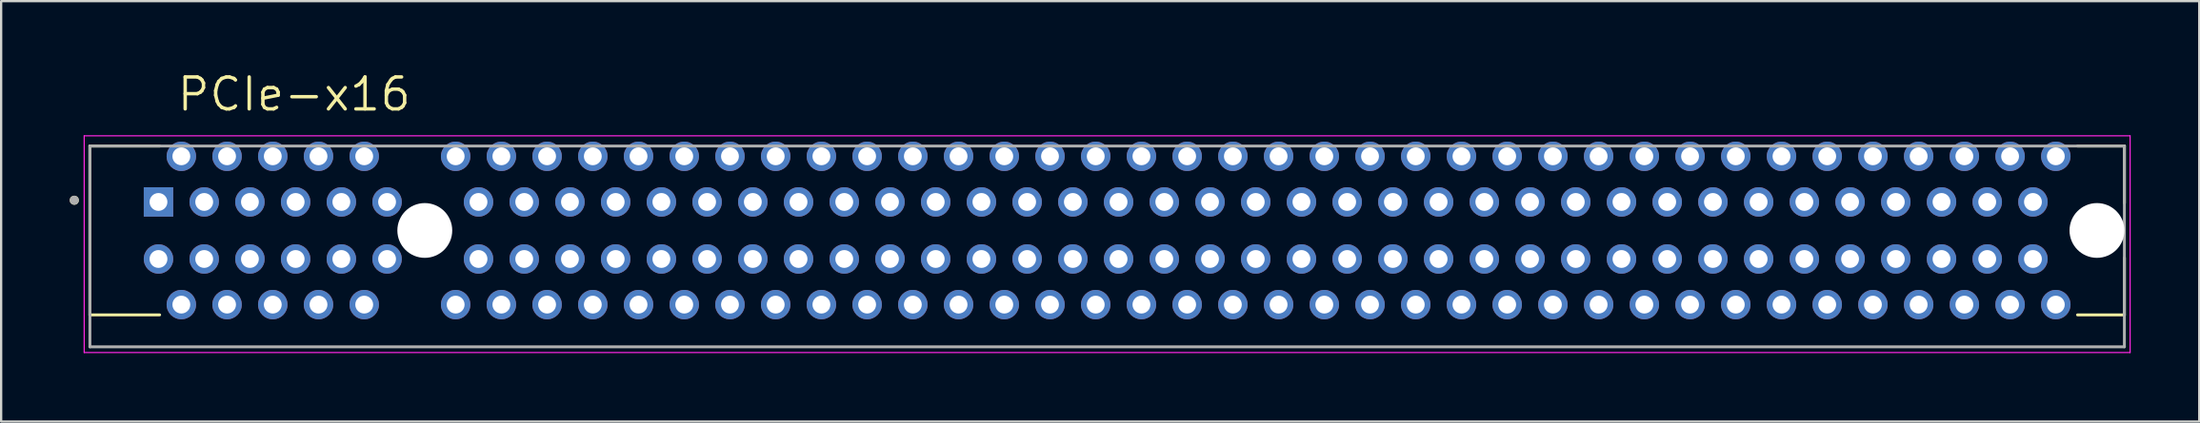
<source format=kicad_pcb>
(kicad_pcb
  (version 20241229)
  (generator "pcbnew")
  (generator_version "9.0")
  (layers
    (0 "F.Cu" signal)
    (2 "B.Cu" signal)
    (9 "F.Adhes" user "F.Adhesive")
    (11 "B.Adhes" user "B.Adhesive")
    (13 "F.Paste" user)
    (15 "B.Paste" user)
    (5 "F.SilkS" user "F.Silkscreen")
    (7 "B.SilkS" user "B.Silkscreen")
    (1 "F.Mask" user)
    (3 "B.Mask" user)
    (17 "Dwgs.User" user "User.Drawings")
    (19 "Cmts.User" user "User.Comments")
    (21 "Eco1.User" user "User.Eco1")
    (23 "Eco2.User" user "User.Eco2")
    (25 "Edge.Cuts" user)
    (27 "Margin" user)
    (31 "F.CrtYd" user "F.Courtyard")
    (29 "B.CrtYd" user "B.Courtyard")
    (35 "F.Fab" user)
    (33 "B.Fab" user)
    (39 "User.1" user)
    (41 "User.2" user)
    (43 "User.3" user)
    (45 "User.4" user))
  (footprint "PCIe-x16"
    (layer "F.Cu")
    (at 45.383 7.051)
    (property "Reference" "PCIe-x16" (at -35.565 -5.969 0) (layer "F.SilkS") (effects (font (size 1.4 1.4) (thickness 0.15))))
    (attr through_hole)
    (fp_line (start -44.5 -3.7) (end -44.5 3.7) (stroke (width 0.127) (type solid)) (layer "F.SilkS"))
    (fp_line (start -44.5 -3.7) (end -41.45 -3.7) (stroke (width 0.127) (type solid)) (layer "F.SilkS"))
    (fp_line (start -44.5 3.7) (end -41.45 3.7) (stroke (width 0.127) (type solid)) (layer "F.SilkS"))
    (fp_line (start 44.5 -3.7) (end 42.45 -3.7) (stroke (width 0.127) (type solid)) (layer "F.SilkS"))
    (fp_line (start 44.5 -3.7) (end 44.5 -1.2) (stroke (width 0.127) (type solid)) (layer "F.SilkS"))
    (fp_line (start 44.5 3.7) (end 42.45 3.7) (stroke (width 0.127) (type solid)) (layer "F.SilkS"))
    (fp_line (start 44.5 3.7) (end 44.5 1.2) (stroke (width 0.127) (type solid)) (layer "F.SilkS"))
    (fp_circle (center -45.183 -1.325) (end -45.083 -1.325) (stroke (width 0.2) (type solid)) (fill no) (layer "F.SilkS"))
    (fp_line (start -44.75 -4.15) (end 44.75 -4.15) (stroke (width 0.05) (type solid)) (layer "F.CrtYd"))
    (fp_line (start -44.75 5.35) (end -44.75 -4.15) (stroke (width 0.05) (type solid)) (layer "F.CrtYd"))
    (fp_line (start 44.75 -4.15) (end 44.75 5.35) (stroke (width 0.05) (type solid)) (layer "F.CrtYd"))
    (fp_line (start 44.75 5.35) (end -44.75 5.35) (stroke (width 0.05) (type solid)) (layer "F.CrtYd"))
    (fp_line (start -44.5 -3.7) (end -44.5 5.1) (stroke (width 0.127) (type solid)) (layer "F.Fab"))
    (fp_line (start -44.5 -3.7) (end 44.5 -3.7) (stroke (width 0.127) (type solid)) (layer "F.Fab"))
    (fp_line (start -44.5 5.1) (end 44.5 5.1) (stroke (width 0.127) (type solid)) (layer "F.Fab"))
    (fp_line (start 44.5 5.1) (end 44.5 -3.7) (stroke (width 0.127) (type solid)) (layer "F.Fab"))
    (fp_circle (center -45.183 -1.325) (end -45.083 -1.325) (stroke (width 0.2) (type solid)) (fill no) (layer "F.Fab"))
    (pad "" np_thru_hole circle (at -29.85 0) (size 2.4 2.4) (drill 2.4) (layers "*.Cu" "*.Mask"))
    (pad "" np_thru_hole circle (at 43.3 0) (size 2.4 2.4) (drill 2.4) (layers "*.Cu" "*.Mask"))
    (pad "A1" thru_hole rect (at -41.5 -1.25) (size 1.288 1.288) (drill 0.78) (layers "*.Cu" "*.Mask"))
    (pad "A2" thru_hole circle (at -40.5 -3.25) (size 1.288 1.288) (drill 0.78) (layers "*.Cu" "*.Mask"))
    (pad "A3" thru_hole circle (at -39.5 -1.25) (size 1.288 1.288) (drill 0.78) (layers "*.Cu" "*.Mask"))
    (pad "A4" thru_hole circle (at -38.5 -3.25) (size 1.288 1.288) (drill 0.78) (layers "*.Cu" "*.Mask"))
    (pad "A5" thru_hole circle (at -37.5 -1.25) (size 1.288 1.288) (drill 0.78) (layers "*.Cu" "*.Mask"))
    (pad "A6" thru_hole circle (at -36.5 -3.25) (size 1.288 1.288) (drill 0.78) (layers "*.Cu" "*.Mask"))
    (pad "A7" thru_hole circle (at -35.5 -1.25) (size 1.288 1.288) (drill 0.78) (layers "*.Cu" "*.Mask"))
    (pad "A8" thru_hole circle (at -34.5 -3.25) (size 1.288 1.288) (drill 0.78) (layers "*.Cu" "*.Mask"))
    (pad "A9" thru_hole circle (at -33.5 -1.25) (size 1.288 1.288) (drill 0.78) (layers "*.Cu" "*.Mask"))
    (pad "A10" thru_hole circle (at -32.5 -3.25) (size 1.288 1.288) (drill 0.78) (layers "*.Cu" "*.Mask"))
    (pad "A11" thru_hole circle (at -31.5 -1.25) (size 1.288 1.288) (drill 0.78) (layers "*.Cu" "*.Mask"))
    (pad "A12" thru_hole circle (at -28.5 -3.25) (size 1.288 1.288) (drill 0.78) (layers "*.Cu" "*.Mask"))
    (pad "A13" thru_hole circle (at -27.5 -1.25) (size 1.288 1.288) (drill 0.78) (layers "*.Cu" "*.Mask"))
    (pad "A14" thru_hole circle (at -26.5 -3.25) (size 1.288 1.288) (drill 0.78) (layers "*.Cu" "*.Mask"))
    (pad "A15" thru_hole circle (at -25.5 -1.25) (size 1.288 1.288) (drill 0.78) (layers "*.Cu" "*.Mask"))
    (pad "A16" thru_hole circle (at -24.5 -3.25) (size 1.288 1.288) (drill 0.78) (layers "*.Cu" "*.Mask"))
    (pad "A17" thru_hole circle (at -23.5 -1.25) (size 1.288 1.288) (drill 0.78) (layers "*.Cu" "*.Mask"))
    (pad "A18" thru_hole circle (at -22.5 -3.25) (size 1.288 1.288) (drill 0.78) (layers "*.Cu" "*.Mask"))
    (pad "A19" thru_hole circle (at -21.5 -1.25) (size 1.288 1.288) (drill 0.78) (layers "*.Cu" "*.Mask"))
    (pad "A20" thru_hole circle (at -20.5 -3.25) (size 1.288 1.288) (drill 0.78) (layers "*.Cu" "*.Mask"))
    (pad "A21" thru_hole circle (at -19.5 -1.25) (size 1.288 1.288) (drill 0.78) (layers "*.Cu" "*.Mask"))
    (pad "A22" thru_hole circle (at -18.5 -3.25) (size 1.288 1.288) (drill 0.78) (layers "*.Cu" "*.Mask"))
    (pad "A23" thru_hole circle (at -17.5 -1.25) (size 1.288 1.288) (drill 0.78) (layers "*.Cu" "*.Mask"))
    (pad "A24" thru_hole circle (at -16.5 -3.25) (size 1.288 1.288) (drill 0.78) (layers "*.Cu" "*.Mask"))
    (pad "A25" thru_hole circle (at -15.5 -1.25) (size 1.288 1.288) (drill 0.78) (layers "*.Cu" "*.Mask"))
    (pad "A26" thru_hole circle (at -14.5 -3.25) (size 1.288 1.288) (drill 0.78) (layers "*.Cu" "*.Mask"))
    (pad "A27" thru_hole circle (at -13.5 -1.25) (size 1.288 1.288) (drill 0.78) (layers "*.Cu" "*.Mask"))
    (pad "A28" thru_hole circle (at -12.5 -3.25) (size 1.288 1.288) (drill 0.78) (layers "*.Cu" "*.Mask"))
    (pad "A29" thru_hole circle (at -11.5 -1.25) (size 1.288 1.288) (drill 0.78) (layers "*.Cu" "*.Mask"))
    (pad "A30" thru_hole circle (at -10.5 -3.25) (size 1.288 1.288) (drill 0.78) (layers "*.Cu" "*.Mask"))
    (pad "A31" thru_hole circle (at -9.5 -1.25) (size 1.288 1.288) (drill 0.78) (layers "*.Cu" "*.Mask"))
    (pad "A32" thru_hole circle (at -8.5 -3.25) (size 1.288 1.288) (drill 0.78) (layers "*.Cu" "*.Mask"))
    (pad "A33" thru_hole circle (at -7.5 -1.25) (size 1.288 1.288) (drill 0.78) (layers "*.Cu" "*.Mask"))
    (pad "A34" thru_hole circle (at -6.5 -3.25) (size 1.288 1.288) (drill 0.78) (layers "*.Cu" "*.Mask"))
    (pad "A35" thru_hole circle (at -5.5 -1.25) (size 1.288 1.288) (drill 0.78) (layers "*.Cu" "*.Mask"))
    (pad "A36" thru_hole circle (at -4.5 -3.25) (size 1.288 1.288) (drill 0.78) (layers "*.Cu" "*.Mask"))
    (pad "A37" thru_hole circle (at -3.5 -1.25) (size 1.288 1.288) (drill 0.78) (layers "*.Cu" "*.Mask"))
    (pad "A38" thru_hole circle (at -2.5 -3.25) (size 1.288 1.288) (drill 0.78) (layers "*.Cu" "*.Mask"))
    (pad "A39" thru_hole circle (at -1.5 -1.25) (size 1.288 1.288) (drill 0.78) (layers "*.Cu" "*.Mask"))
    (pad "A40" thru_hole circle (at -0.5 -3.25) (size 1.288 1.288) (drill 0.78) (layers "*.Cu" "*.Mask"))
    (pad "A41" thru_hole circle (at 0.5 -1.25) (size 1.288 1.288) (drill 0.78) (layers "*.Cu" "*.Mask"))
    (pad "A42" thru_hole circle (at 1.5 -3.25) (size 1.288 1.288) (drill 0.78) (layers "*.Cu" "*.Mask"))
    (pad "A43" thru_hole circle (at 2.5 -1.25) (size 1.288 1.288) (drill 0.78) (layers "*.Cu" "*.Mask"))
    (pad "A44" thru_hole circle (at 3.5 -3.25) (size 1.288 1.288) (drill 0.78) (layers "*.Cu" "*.Mask"))
    (pad "A45" thru_hole circle (at 4.5 -1.25) (size 1.288 1.288) (drill 0.78) (layers "*.Cu" "*.Mask"))
    (pad "A46" thru_hole circle (at 5.5 -3.25) (size 1.288 1.288) (drill 0.78) (layers "*.Cu" "*.Mask"))
    (pad "A47" thru_hole circle (at 6.5 -1.25) (size 1.288 1.288) (drill 0.78) (layers "*.Cu" "*.Mask"))
    (pad "A48" thru_hole circle (at 7.5 -3.25) (size 1.288 1.288) (drill 0.78) (layers "*.Cu" "*.Mask"))
    (pad "A49" thru_hole circle (at 8.5 -1.25) (size 1.288 1.288) (drill 0.78) (layers "*.Cu" "*.Mask"))
    (pad "A50" thru_hole circle (at 9.5 -3.25) (size 1.288 1.288) (drill 0.78) (layers "*.Cu" "*.Mask"))
    (pad "A51" thru_hole circle (at 10.5 -1.25) (size 1.288 1.288) (drill 0.78) (layers "*.Cu" "*.Mask"))
    (pad "A52" thru_hole circle (at 11.5 -3.25) (size 1.288 1.288) (drill 0.78) (layers "*.Cu" "*.Mask"))
    (pad "A53" thru_hole circle (at 12.5 -1.25) (size 1.288 1.288) (drill 0.78) (layers "*.Cu" "*.Mask"))
    (pad "A54" thru_hole circle (at 13.5 -3.25) (size 1.288 1.288) (drill 0.78) (layers "*.Cu" "*.Mask"))
    (pad "A55" thru_hole circle (at 14.5 -1.25) (size 1.288 1.288) (drill 0.78) (layers "*.Cu" "*.Mask"))
    (pad "A56" thru_hole circle (at 15.5 -3.25) (size 1.288 1.288) (drill 0.78) (layers "*.Cu" "*.Mask"))
    (pad "A57" thru_hole circle (at 16.5 -1.25) (size 1.288 1.288) (drill 0.78) (layers "*.Cu" "*.Mask"))
    (pad "A58" thru_hole circle (at 17.5 -3.25) (size 1.288 1.288) (drill 0.78) (layers "*.Cu" "*.Mask"))
    (pad "A59" thru_hole circle (at 18.5 -1.25) (size 1.288 1.288) (drill 0.78) (layers "*.Cu" "*.Mask"))
    (pad "A60" thru_hole circle (at 19.5 -3.25) (size 1.288 1.288) (drill 0.78) (layers "*.Cu" "*.Mask"))
    (pad "A61" thru_hole circle (at 20.5 -1.25) (size 1.288 1.288) (drill 0.78) (layers "*.Cu" "*.Mask"))
    (pad "A62" thru_hole circle (at 21.5 -3.25) (size 1.288 1.288) (drill 0.78) (layers "*.Cu" "*.Mask"))
    (pad "A63" thru_hole circle (at 22.5 -1.25) (size 1.288 1.288) (drill 0.78) (layers "*.Cu" "*.Mask"))
    (pad "A64" thru_hole circle (at 23.5 -3.25) (size 1.288 1.288) (drill 0.78) (layers "*.Cu" "*.Mask"))
    (pad "A65" thru_hole circle (at 24.5 -1.25) (size 1.288 1.288) (drill 0.78) (layers "*.Cu" "*.Mask"))
    (pad "A66" thru_hole circle (at 25.5 -3.25) (size 1.288 1.288) (drill 0.78) (layers "*.Cu" "*.Mask"))
    (pad "A67" thru_hole circle (at 26.5 -1.25) (size 1.288 1.288) (drill 0.78) (layers "*.Cu" "*.Mask"))
    (pad "A68" thru_hole circle (at 27.5 -3.25) (size 1.288 1.288) (drill 0.78) (layers "*.Cu" "*.Mask"))
    (pad "A69" thru_hole circle (at 28.5 -1.25) (size 1.288 1.288) (drill 0.78) (layers "*.Cu" "*.Mask"))
    (pad "A70" thru_hole circle (at 29.5 -3.25) (size 1.288 1.288) (drill 0.78) (layers "*.Cu" "*.Mask"))
    (pad "A71" thru_hole circle (at 30.5 -1.25) (size 1.288 1.288) (drill 0.78) (layers "*.Cu" "*.Mask"))
    (pad "A72" thru_hole circle (at 31.5 -3.25) (size 1.288 1.288) (drill 0.78) (layers "*.Cu" "*.Mask"))
    (pad "A73" thru_hole circle (at 32.5 -1.25) (size 1.288 1.288) (drill 0.78) (layers "*.Cu" "*.Mask"))
    (pad "A74" thru_hole circle (at 33.5 -3.25) (size 1.288 1.288) (drill 0.78) (layers "*.Cu" "*.Mask"))
    (pad "A75" thru_hole circle (at 34.5 -1.25) (size 1.288 1.288) (drill 0.78) (layers "*.Cu" "*.Mask"))
    (pad "A76" thru_hole circle (at 35.5 -3.25) (size 1.288 1.288) (drill 0.78) (layers "*.Cu" "*.Mask"))
    (pad "A77" thru_hole circle (at 36.5 -1.25) (size 1.288 1.288) (drill 0.78) (layers "*.Cu" "*.Mask"))
    (pad "A78" thru_hole circle (at 37.5 -3.25) (size 1.288 1.288) (drill 0.78) (layers "*.Cu" "*.Mask"))
    (pad "A79" thru_hole circle (at 38.5 -1.25) (size 1.288 1.288) (drill 0.78) (layers "*.Cu" "*.Mask"))
    (pad "A80" thru_hole circle (at 39.5 -3.25) (size 1.288 1.288) (drill 0.78) (layers "*.Cu" "*.Mask"))
    (pad "A81" thru_hole circle (at 40.5 -1.25) (size 1.288 1.288) (drill 0.78) (layers "*.Cu" "*.Mask"))
    (pad "A82" thru_hole circle (at 41.5 -3.25) (size 1.288 1.288) (drill 0.78) (layers "*.Cu" "*.Mask"))
    (pad "B1" thru_hole circle (at -41.5 1.25) (size 1.288 1.288) (drill 0.78) (layers "*.Cu" "*.Mask"))
    (pad "B2" thru_hole circle (at -40.5 3.25) (size 1.288 1.288) (drill 0.78) (layers "*.Cu" "*.Mask"))
    (pad "B3" thru_hole circle (at -39.5 1.25) (size 1.288 1.288) (drill 0.78) (layers "*.Cu" "*.Mask"))
    (pad "B4" thru_hole circle (at -38.5 3.25) (size 1.288 1.288) (drill 0.78) (layers "*.Cu" "*.Mask"))
    (pad "B5" thru_hole circle (at -37.5 1.25) (size 1.288 1.288) (drill 0.78) (layers "*.Cu" "*.Mask"))
    (pad "B6" thru_hole circle (at -36.5 3.25) (size 1.288 1.288) (drill 0.78) (layers "*.Cu" "*.Mask"))
    (pad "B7" thru_hole circle (at -35.5 1.25) (size 1.288 1.288) (drill 0.78) (layers "*.Cu" "*.Mask"))
    (pad "B8" thru_hole circle (at -34.5 3.25) (size 1.288 1.288) (drill 0.78) (layers "*.Cu" "*.Mask"))
    (pad "B9" thru_hole circle (at -33.5 1.25) (size 1.288 1.288) (drill 0.78) (layers "*.Cu" "*.Mask"))
    (pad "B10" thru_hole circle (at -32.5 3.25) (size 1.288 1.288) (drill 0.78) (layers "*.Cu" "*.Mask"))
    (pad "B11" thru_hole circle (at -31.5 1.25) (size 1.288 1.288) (drill 0.78) (layers "*.Cu" "*.Mask"))
    (pad "B12" thru_hole circle (at -28.5 3.25) (size 1.288 1.288) (drill 0.78) (layers "*.Cu" "*.Mask"))
    (pad "B13" thru_hole circle (at -27.5 1.25) (size 1.288 1.288) (drill 0.78) (layers "*.Cu" "*.Mask"))
    (pad "B14" thru_hole circle (at -26.5 3.25) (size 1.288 1.288) (drill 0.78) (layers "*.Cu" "*.Mask"))
    (pad "B15" thru_hole circle (at -25.5 1.25) (size 1.288 1.288) (drill 0.78) (layers "*.Cu" "*.Mask"))
    (pad "B16" thru_hole circle (at -24.5 3.25) (size 1.288 1.288) (drill 0.78) (layers "*.Cu" "*.Mask"))
    (pad "B17" thru_hole circle (at -23.5 1.25) (size 1.288 1.288) (drill 0.78) (layers "*.Cu" "*.Mask"))
    (pad "B18" thru_hole circle (at -22.5 3.25) (size 1.288 1.288) (drill 0.78) (layers "*.Cu" "*.Mask"))
    (pad "B19" thru_hole circle (at -21.5 1.25) (size 1.288 1.288) (drill 0.78) (layers "*.Cu" "*.Mask"))
    (pad "B20" thru_hole circle (at -20.5 3.25) (size 1.288 1.288) (drill 0.78) (layers "*.Cu" "*.Mask"))
    (pad "B21" thru_hole circle (at -19.5 1.25) (size 1.288 1.288) (drill 0.78) (layers "*.Cu" "*.Mask"))
    (pad "B22" thru_hole circle (at -18.5 3.25) (size 1.288 1.288) (drill 0.78) (layers "*.Cu" "*.Mask"))
    (pad "B23" thru_hole circle (at -17.5 1.25) (size 1.288 1.288) (drill 0.78) (layers "*.Cu" "*.Mask"))
    (pad "B24" thru_hole circle (at -16.5 3.25) (size 1.288 1.288) (drill 0.78) (layers "*.Cu" "*.Mask"))
    (pad "B25" thru_hole circle (at -15.5 1.25) (size 1.288 1.288) (drill 0.78) (layers "*.Cu" "*.Mask"))
    (pad "B26" thru_hole circle (at -14.5 3.25) (size 1.288 1.288) (drill 0.78) (layers "*.Cu" "*.Mask"))
    (pad "B27" thru_hole circle (at -13.5 1.25) (size 1.288 1.288) (drill 0.78) (layers "*.Cu" "*.Mask"))
    (pad "B28" thru_hole circle (at -12.5 3.25) (size 1.288 1.288) (drill 0.78) (layers "*.Cu" "*.Mask"))
    (pad "B29" thru_hole circle (at -11.5 1.25) (size 1.288 1.288) (drill 0.78) (layers "*.Cu" "*.Mask"))
    (pad "B30" thru_hole circle (at -10.5 3.25) (size 1.288 1.288) (drill 0.78) (layers "*.Cu" "*.Mask"))
    (pad "B31" thru_hole circle (at -9.5 1.25) (size 1.288 1.288) (drill 0.78) (layers "*.Cu" "*.Mask"))
    (pad "B32" thru_hole circle (at -8.5 3.25) (size 1.288 1.288) (drill 0.78) (layers "*.Cu" "*.Mask"))
    (pad "B33" thru_hole circle (at -7.5 1.25) (size 1.288 1.288) (drill 0.78) (layers "*.Cu" "*.Mask"))
    (pad "B34" thru_hole circle (at -6.5 3.25) (size 1.288 1.288) (drill 0.78) (layers "*.Cu" "*.Mask"))
    (pad "B35" thru_hole circle (at -5.5 1.25) (size 1.288 1.288) (drill 0.78) (layers "*.Cu" "*.Mask"))
    (pad "B36" thru_hole circle (at -4.5 3.25) (size 1.288 1.288) (drill 0.78) (layers "*.Cu" "*.Mask"))
    (pad "B37" thru_hole circle (at -3.5 1.25) (size 1.288 1.288) (drill 0.78) (layers "*.Cu" "*.Mask"))
    (pad "B38" thru_hole circle (at -2.5 3.25) (size 1.288 1.288) (drill 0.78) (layers "*.Cu" "*.Mask"))
    (pad "B39" thru_hole circle (at -1.5 1.25) (size 1.288 1.288) (drill 0.78) (layers "*.Cu" "*.Mask"))
    (pad "B40" thru_hole circle (at -0.5 3.25) (size 1.288 1.288) (drill 0.78) (layers "*.Cu" "*.Mask"))
    (pad "B41" thru_hole circle (at 0.5 1.25) (size 1.288 1.288) (drill 0.78) (layers "*.Cu" "*.Mask"))
    (pad "B42" thru_hole circle (at 1.5 3.25) (size 1.288 1.288) (drill 0.78) (layers "*.Cu" "*.Mask"))
    (pad "B43" thru_hole circle (at 2.5 1.25) (size 1.288 1.288) (drill 0.78) (layers "*.Cu" "*.Mask"))
    (pad "B44" thru_hole circle (at 3.5 3.25) (size 1.288 1.288) (drill 0.78) (layers "*.Cu" "*.Mask"))
    (pad "B45" thru_hole circle (at 4.5 1.25) (size 1.288 1.288) (drill 0.78) (layers "*.Cu" "*.Mask"))
    (pad "B46" thru_hole circle (at 5.5 3.25) (size 1.288 1.288) (drill 0.78) (layers "*.Cu" "*.Mask"))
    (pad "B47" thru_hole circle (at 6.5 1.25) (size 1.288 1.288) (drill 0.78) (layers "*.Cu" "*.Mask"))
    (pad "B48" thru_hole circle (at 7.5 3.25) (size 1.288 1.288) (drill 0.78) (layers "*.Cu" "*.Mask"))
    (pad "B49" thru_hole circle (at 8.5 1.25) (size 1.288 1.288) (drill 0.78) (layers "*.Cu" "*.Mask"))
    (pad "B50" thru_hole circle (at 9.5 3.25) (size 1.288 1.288) (drill 0.78) (layers "*.Cu" "*.Mask"))
    (pad "B51" thru_hole circle (at 10.5 1.25) (size 1.288 1.288) (drill 0.78) (layers "*.Cu" "*.Mask"))
    (pad "B52" thru_hole circle (at 11.5 3.25) (size 1.288 1.288) (drill 0.78) (layers "*.Cu" "*.Mask"))
    (pad "B53" thru_hole circle (at 12.5 1.25) (size 1.288 1.288) (drill 0.78) (layers "*.Cu" "*.Mask"))
    (pad "B54" thru_hole circle (at 13.5 3.25) (size 1.288 1.288) (drill 0.78) (layers "*.Cu" "*.Mask"))
    (pad "B55" thru_hole circle (at 14.5 1.25) (size 1.288 1.288) (drill 0.78) (layers "*.Cu" "*.Mask"))
    (pad "B56" thru_hole circle (at 15.5 3.25) (size 1.288 1.288) (drill 0.78) (layers "*.Cu" "*.Mask"))
    (pad "B57" thru_hole circle (at 16.5 1.25) (size 1.288 1.288) (drill 0.78) (layers "*.Cu" "*.Mask"))
    (pad "B58" thru_hole circle (at 17.5 3.25) (size 1.288 1.288) (drill 0.78) (layers "*.Cu" "*.Mask"))
    (pad "B59" thru_hole circle (at 18.5 1.25) (size 1.288 1.288) (drill 0.78) (layers "*.Cu" "*.Mask"))
    (pad "B60" thru_hole circle (at 19.5 3.25) (size 1.288 1.288) (drill 0.78) (layers "*.Cu" "*.Mask"))
    (pad "B61" thru_hole circle (at 20.5 1.25) (size 1.288 1.288) (drill 0.78) (layers "*.Cu" "*.Mask"))
    (pad "B62" thru_hole circle (at 21.5 3.25) (size 1.288 1.288) (drill 0.78) (layers "*.Cu" "*.Mask"))
    (pad "B63" thru_hole circle (at 22.5 1.25) (size 1.288 1.288) (drill 0.78) (layers "*.Cu" "*.Mask"))
    (pad "B64" thru_hole circle (at 23.5 3.25) (size 1.288 1.288) (drill 0.78) (layers "*.Cu" "*.Mask"))
    (pad "B65" thru_hole circle (at 24.5 1.25) (size 1.288 1.288) (drill 0.78) (layers "*.Cu" "*.Mask"))
    (pad "B66" thru_hole circle (at 25.5 3.25) (size 1.288 1.288) (drill 0.78) (layers "*.Cu" "*.Mask"))
    (pad "B67" thru_hole circle (at 26.5 1.25) (size 1.288 1.288) (drill 0.78) (layers "*.Cu" "*.Mask"))
    (pad "B68" thru_hole circle (at 27.5 3.25) (size 1.288 1.288) (drill 0.78) (layers "*.Cu" "*.Mask"))
    (pad "B69" thru_hole circle (at 28.5 1.25) (size 1.288 1.288) (drill 0.78) (layers "*.Cu" "*.Mask"))
    (pad "B70" thru_hole circle (at 29.5 3.25) (size 1.288 1.288) (drill 0.78) (layers "*.Cu" "*.Mask"))
    (pad "B71" thru_hole circle (at 30.5 1.25) (size 1.288 1.288) (drill 0.78) (layers "*.Cu" "*.Mask"))
    (pad "B72" thru_hole circle (at 31.5 3.25) (size 1.288 1.288) (drill 0.78) (layers "*.Cu" "*.Mask"))
    (pad "B73" thru_hole circle (at 32.5 1.25) (size 1.288 1.288) (drill 0.78) (layers "*.Cu" "*.Mask"))
    (pad "B74" thru_hole circle (at 33.5 3.25) (size 1.288 1.288) (drill 0.78) (layers "*.Cu" "*.Mask"))
    (pad "B75" thru_hole circle (at 34.5 1.25) (size 1.288 1.288) (drill 0.78) (layers "*.Cu" "*.Mask"))
    (pad "B76" thru_hole circle (at 35.5 3.25) (size 1.288 1.288) (drill 0.78) (layers "*.Cu" "*.Mask"))
    (pad "B77" thru_hole circle (at 36.5 1.25) (size 1.288 1.288) (drill 0.78) (layers "*.Cu" "*.Mask"))
    (pad "B78" thru_hole circle (at 37.5 3.25) (size 1.288 1.288) (drill 0.78) (layers "*.Cu" "*.Mask"))
    (pad "B79" thru_hole circle (at 38.5 1.25) (size 1.288 1.288) (drill 0.78) (layers "*.Cu" "*.Mask"))
    (pad "B80" thru_hole circle (at 39.5 3.25) (size 1.288 1.288) (drill 0.78) (layers "*.Cu" "*.Mask"))
    (pad "B81" thru_hole circle (at 40.5 1.25) (size 1.288 1.288) (drill 0.78) (layers "*.Cu" "*.Mask"))
    (pad "B82" thru_hole circle (at 41.5 3.25) (size 1.288 1.288) (drill 0.78) (layers "*.Cu" "*.Mask")))
  (gr_rect
    (start -3 -3)
    (end 93.158 15.426)
    (stroke (width 0.1) (type default))
    (fill no)
    (layer "Edge.Cuts")))
</source>
